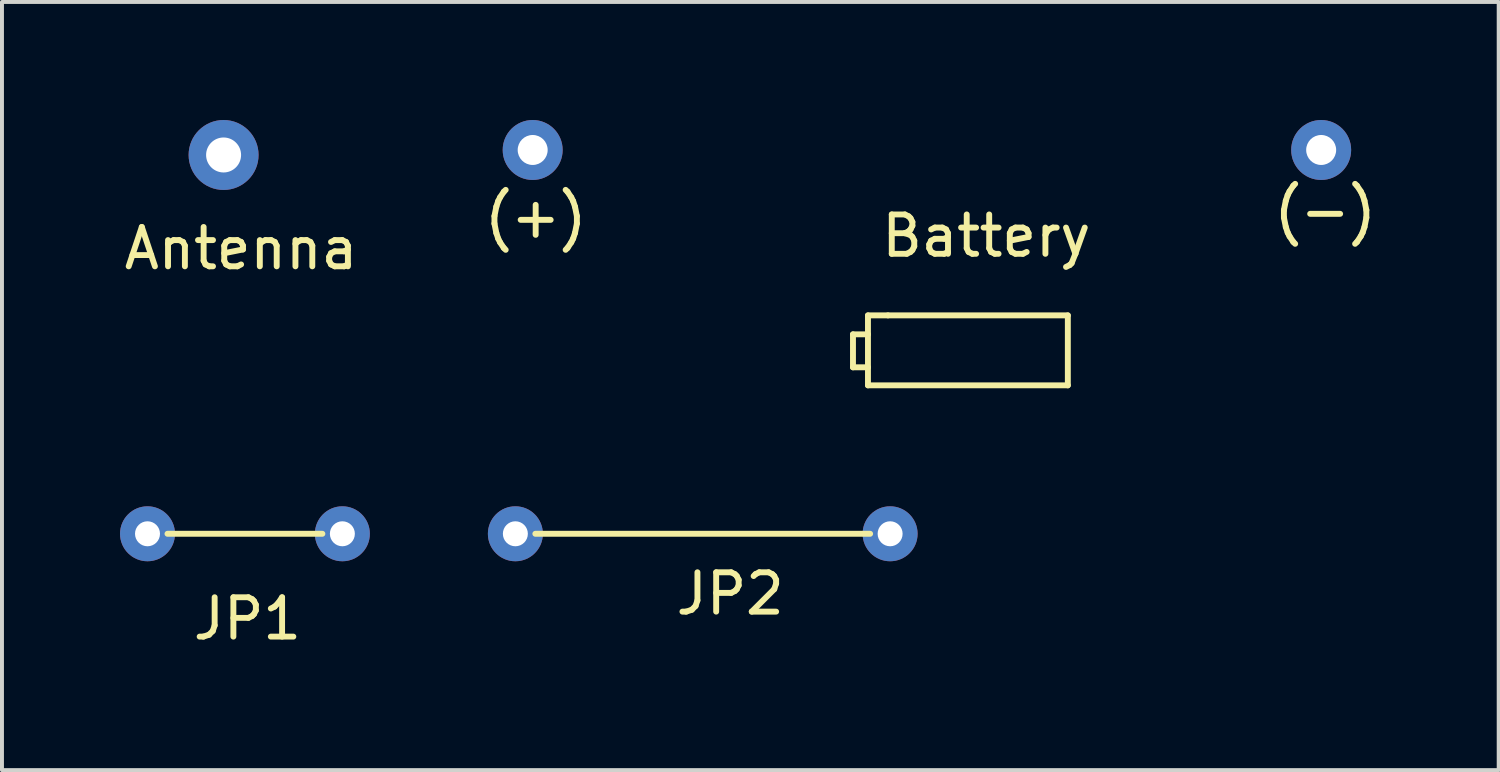
<source format=kicad_pcb>
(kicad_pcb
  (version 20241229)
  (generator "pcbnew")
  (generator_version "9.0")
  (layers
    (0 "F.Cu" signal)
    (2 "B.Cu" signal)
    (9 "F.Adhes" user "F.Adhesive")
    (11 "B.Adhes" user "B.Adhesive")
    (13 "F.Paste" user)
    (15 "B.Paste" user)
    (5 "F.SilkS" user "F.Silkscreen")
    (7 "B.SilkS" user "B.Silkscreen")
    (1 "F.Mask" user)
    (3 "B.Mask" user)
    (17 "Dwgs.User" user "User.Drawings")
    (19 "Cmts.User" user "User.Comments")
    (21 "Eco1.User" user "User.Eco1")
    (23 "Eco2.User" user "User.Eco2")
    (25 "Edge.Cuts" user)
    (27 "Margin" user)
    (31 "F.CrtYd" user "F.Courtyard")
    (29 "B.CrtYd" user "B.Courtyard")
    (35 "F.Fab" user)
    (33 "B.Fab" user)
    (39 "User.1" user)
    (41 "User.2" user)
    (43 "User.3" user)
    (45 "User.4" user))
  (footprint "JP2"
    (layer "F.Cu")
    (at 10.049 10.517)
    (property "Reference" "JP2" (at 5.461 1.524 0) (layer "F.SilkS") (effects (font (size 1 1) (thickness 0.15))))
    (attr through_hole)
    (fp_line (start 0.508 0) (end 9.017 0) (stroke (width 0.15) (type solid)) (layer "F.SilkS"))
    (pad "1" thru_hole circle (at 0 0) (size 1.397 1.397) (drill 0.635) (layers "B.Cu" "B.Mask"))
    (pad "2" thru_hole circle (at 9.525 0) (size 1.397 1.397) (drill 0.635) (layers "B.Cu" "B.Mask")))
  (footprint "Battery"
    (layer "F.Cu")
    (at 10.489 0.762)
    (property "Reference" "Battery" (at 11.532 2.184 0) (layer "F.SilkS") (effects (font (size 1 1) (thickness 0.15))))
    (attr through_hole)
    (fp_line (start 8.141 4.686) (end 8.141 5.524) (stroke (width 0.15) (type solid)) (layer "F.SilkS"))
    (fp_line (start 8.141 5.524) (end 8.522 5.524) (stroke (width 0.15) (type solid)) (layer "F.SilkS"))
    (fp_line (start 8.522 4.204) (end 9.03 4.204) (stroke (width 0.15) (type solid)) (layer "F.SilkS"))
    (fp_line (start 8.522 4.686) (end 8.141 4.686) (stroke (width 0.15) (type solid)) (layer "F.SilkS"))
    (fp_line (start 8.522 5.982) (end 8.522 4.204) (stroke (width 0.15) (type solid)) (layer "F.SilkS"))
    (fp_line (start 9.03 4.204) (end 13.602 4.204) (stroke (width 0.15) (type solid)) (layer "F.SilkS"))
    (fp_line (start 13.602 4.204) (end 13.602 5.982) (stroke (width 0.15) (type solid)) (layer "F.SilkS"))
    (fp_line (start 13.602 5.982) (end 8.522 5.982) (stroke (width 0.15) (type solid)) (layer "F.SilkS"))
    (fp_text user "(+)" (at 0.076 1.702 0) (layer "F.SilkS") (effects (font (size 1 1) (thickness 0.15))))
    (fp_text user "(-)" (at 20.142 1.549 0) (layer "F.SilkS") (effects (font (size 1 1) (thickness 0.15))))
    (pad "1" thru_hole circle (at 0 0) (size 1.524 1.524) (drill 0.762) (layers "B.Cu" "B.Mask"))
    (pad "2" thru_hole circle (at 20.041 0) (size 1.524 1.524) (drill 0.762) (layers "B.Cu" "B.Mask")))
  (footprint "JP1"
    (layer "F.Cu")
    (at 0.699 10.517)
    (property "Reference" "JP1" (at 2.54 2.159 0) (layer "F.SilkS") (effects (font (size 1 1) (thickness 0.15))))
    (attr through_hole)
    (fp_line (start 0.508 0) (end 4.445 0) (stroke (width 0.15) (type solid)) (layer "F.SilkS"))
    (pad "1" thru_hole circle (at 0 0) (size 1.397 1.397) (drill 0.635) (layers "B.Cu" "B.Mask"))
    (pad "2" thru_hole circle (at 4.953 0) (size 1.397 1.397) (drill 0.635) (layers "B.Cu" "B.Mask")))
  (footprint "Antenna"
    (layer "F.Cu")
    (at 2.633 0.902)
    (property "Reference" "Antenna" (at 0.445 2.362 0) (layer "F.SilkS") (effects (font (size 1 1) (thickness 0.15))))
    (attr through_hole)
    (pad "1" thru_hole circle (at 0 -0.013) (size 1.778 1.778) (drill 0.889) (layers "B.Cu" "B.Mask")))
  (gr_rect
    (start -3 -3)
    (end 35.042 16.524)
    (stroke (width 0.1) (type default))
    (fill no)
    (layer "Edge.Cuts")))
</source>
